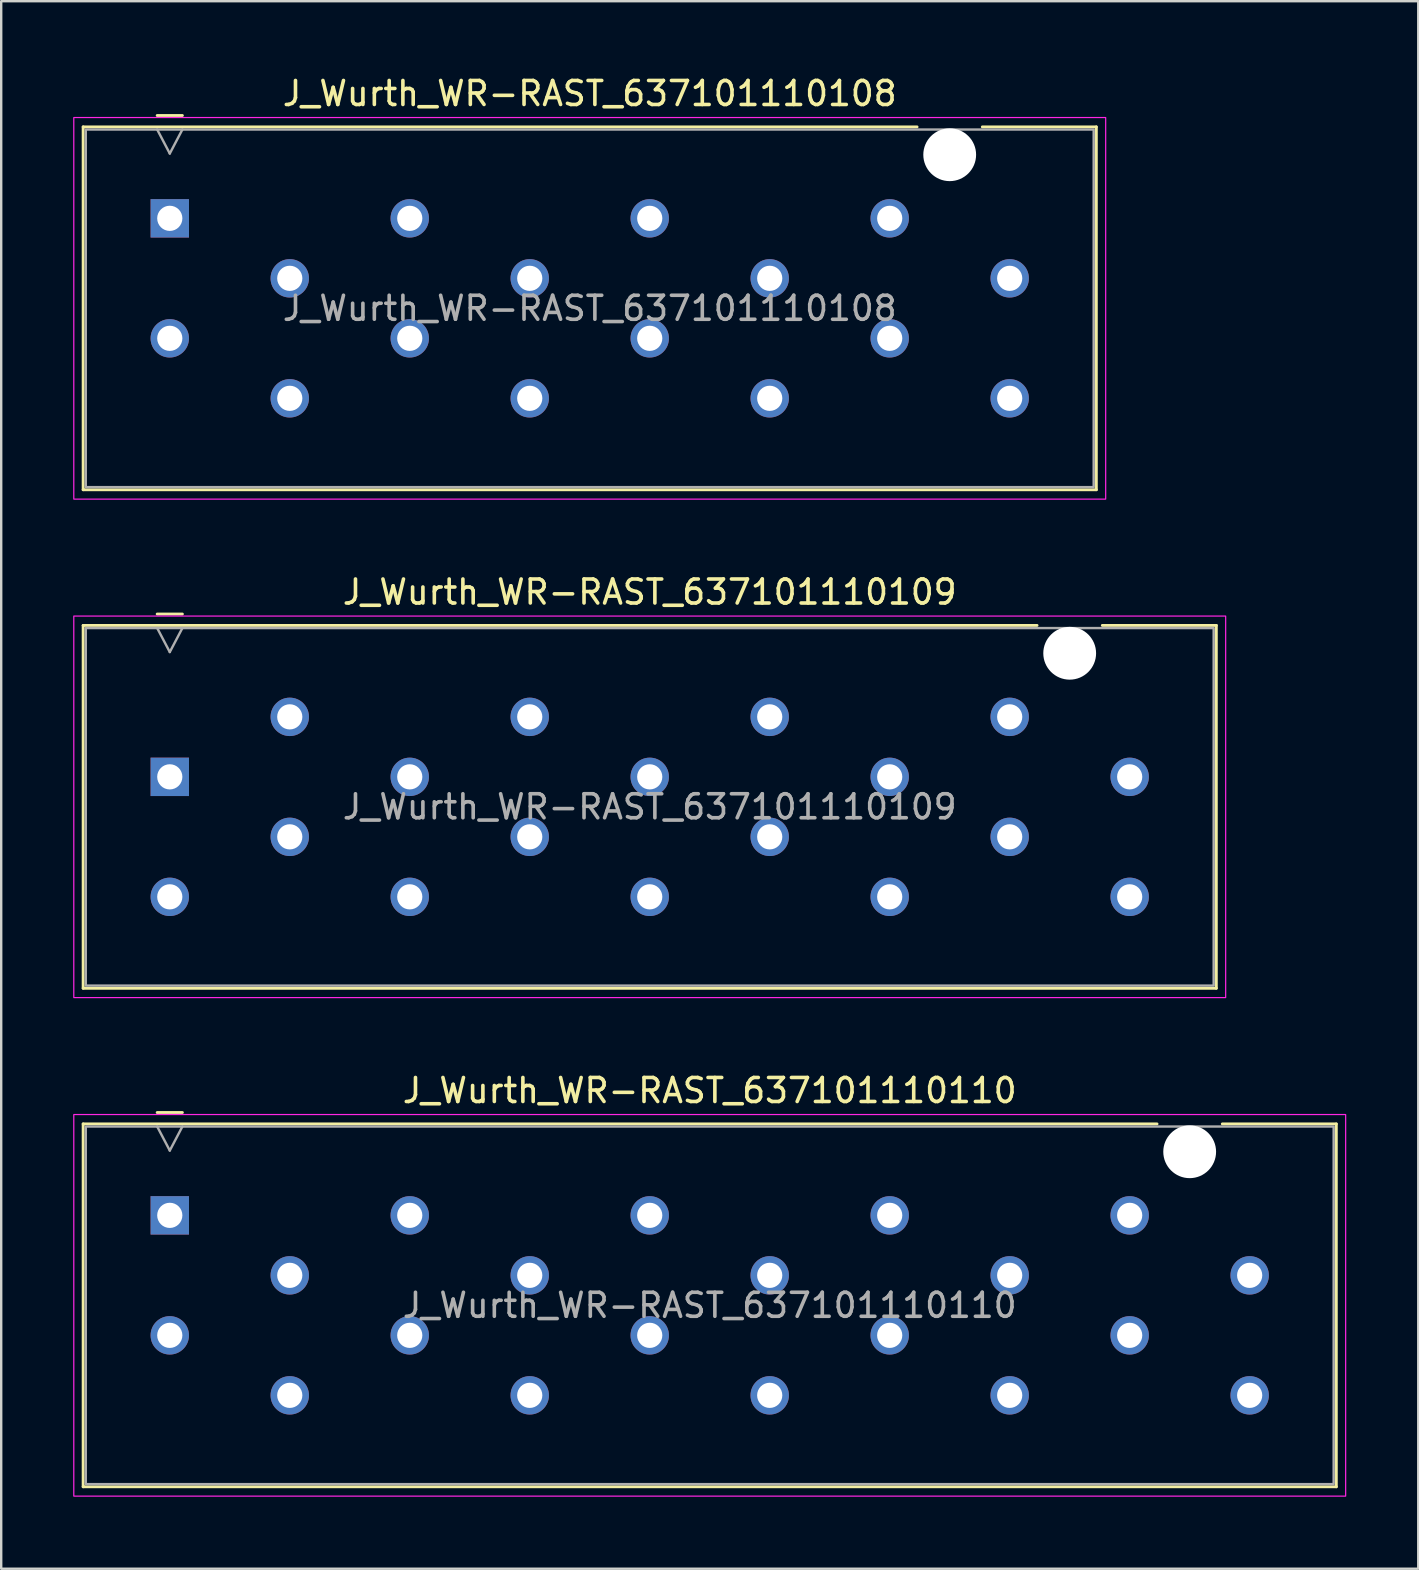
<source format=kicad_pcb>
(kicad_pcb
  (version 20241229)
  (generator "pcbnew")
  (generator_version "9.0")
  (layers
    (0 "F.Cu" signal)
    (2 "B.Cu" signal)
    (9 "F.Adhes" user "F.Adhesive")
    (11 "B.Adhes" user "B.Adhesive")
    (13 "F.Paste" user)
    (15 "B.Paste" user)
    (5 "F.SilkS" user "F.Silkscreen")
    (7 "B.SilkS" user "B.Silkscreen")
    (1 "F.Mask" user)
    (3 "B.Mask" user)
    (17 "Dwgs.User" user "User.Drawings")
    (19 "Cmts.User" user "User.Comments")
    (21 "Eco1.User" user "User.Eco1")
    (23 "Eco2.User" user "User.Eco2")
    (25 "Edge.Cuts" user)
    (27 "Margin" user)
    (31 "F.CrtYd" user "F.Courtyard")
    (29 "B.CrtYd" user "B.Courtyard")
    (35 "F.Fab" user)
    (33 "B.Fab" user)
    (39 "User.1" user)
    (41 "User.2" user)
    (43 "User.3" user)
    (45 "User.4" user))
  (footprint "J_Wurth_WR-RAST_637101110108"
    (layer "F.Cu")
    (at 4.025 6.048)
    (property "Reference" "J_Wurth_WR-RAST_637101110108" (at 17.5 -5.2 0) (unlocked yes) (layer "F.SilkS") (effects (font (size 1 1) (thickness 0.15))))
    (attr smd)
    (fp_line (start -3.61 -3.81) (end -3.61 11.31) (stroke (width 0.12) (type default)) (layer "F.SilkS"))
    (fp_line (start -3.61 -3.81) (end 31.14 -3.81) (stroke (width 0.12) (type default)) (layer "F.SilkS"))
    (fp_line (start -3.61 11.31) (end 38.61 11.31) (stroke (width 0.12) (type default)) (layer "F.SilkS"))
    (fp_line (start -0.525 -4.285) (end 0.525 -4.285) (stroke (width 0.12) (type default)) (layer "F.SilkS"))
    (fp_line (start 38.61 -3.81) (end 33.86 -3.81) (stroke (width 0.12) (type default)) (layer "F.SilkS"))
    (fp_line (start 38.61 -3.81) (end 38.61 11.31) (stroke (width 0.12) (type default)) (layer "F.SilkS"))
    (fp_rect (start -4 -4.2) (end 39 11.7) (stroke (width 0.05) (type default)) (fill no) (layer "F.CrtYd"))
    (fp_line (start -0.525 -3.7) (end 0 -2.7) (stroke (width 0.1) (type default)) (layer "F.Fab"))
    (fp_line (start 0.525 -3.7) (end 0 -2.7) (stroke (width 0.1) (type default)) (layer "F.Fab"))
    (fp_rect (start -3.5 -3.7) (end 38.5 11.2) (stroke (width 0.1) (type default)) (fill no) (layer "F.Fab"))
    (fp_text user "${REFERENCE}" (at 17.5 3.75 0) (unlocked yes) (layer "F.Fab") (effects (font (size 1 1) (thickness 0.15))))
    (pad "" np_thru_hole circle (at 32.5 -2.65) (size 2.2 2.2) (drill 2.2) (layers "*.Cu" "*.Mask"))
    (pad "1" thru_hole rect (at 0 0) (size 1.6 1.6) (drill 1.05) (layers "*.Cu" "*.Mask"))
    (pad "2" thru_hole circle (at 5 2.5) (size 1.6 1.6) (drill 1.05) (layers "*.Cu" "*.Mask"))
    (pad "3" thru_hole circle (at 10 0) (size 1.6 1.6) (drill 1.05) (layers "*.Cu" "*.Mask"))
    (pad "4" thru_hole circle (at 15 2.5) (size 1.6 1.6) (drill 1.05) (layers "*.Cu" "*.Mask"))
    (pad "5" thru_hole circle (at 20 0) (size 1.6 1.6) (drill 1.05) (layers "*.Cu" "*.Mask"))
    (pad "6" thru_hole circle (at 25 2.5) (size 1.6 1.6) (drill 1.05) (layers "*.Cu" "*.Mask"))
    (pad "7" thru_hole circle (at 30 0) (size 1.6 1.6) (drill 1.05) (layers "*.Cu" "*.Mask"))
    (pad "8" thru_hole circle (at 35 2.5) (size 1.6 1.6) (drill 1.05) (layers "*.Cu" "*.Mask"))
    (pad "A1" thru_hole circle (at 0 5) (size 1.6 1.6) (drill 1.05) (layers "*.Cu" "*.Mask"))
    (pad "A2" thru_hole circle (at 5 7.5) (size 1.6 1.6) (drill 1.05) (layers "*.Cu" "*.Mask"))
    (pad "A3" thru_hole circle (at 10 5) (size 1.6 1.6) (drill 1.05) (layers "*.Cu" "*.Mask"))
    (pad "A4" thru_hole circle (at 15 7.5) (size 1.6 1.6) (drill 1.05) (layers "*.Cu" "*.Mask"))
    (pad "A5" thru_hole circle (at 20 5) (size 1.6 1.6) (drill 1.05) (layers "*.Cu" "*.Mask"))
    (pad "A6" thru_hole circle (at 25 7.5) (size 1.6 1.6) (drill 1.05) (layers "*.Cu" "*.Mask"))
    (pad "A7" thru_hole circle (at 30 5) (size 1.6 1.6) (drill 1.05) (layers "*.Cu" "*.Mask"))
    (pad "A8" thru_hole circle (at 35 7.5) (size 1.6 1.6) (drill 1.05) (layers "*.Cu" "*.Mask")))
  (footprint "J_Wurth_WR-RAST_637101110110"
    (layer "F.Cu")
    (at 4.025 47.595)
    (property "Reference" "J_Wurth_WR-RAST_637101110110" (at 22.5 -5.2 0) (unlocked yes) (layer "F.SilkS") (effects (font (size 1 1) (thickness 0.15))))
    (attr smd)
    (fp_line (start -3.61 -3.81) (end -3.61 11.31) (stroke (width 0.12) (type default)) (layer "F.SilkS"))
    (fp_line (start -3.61 -3.81) (end 41.14 -3.81) (stroke (width 0.12) (type default)) (layer "F.SilkS"))
    (fp_line (start -3.61 11.31) (end 48.61 11.31) (stroke (width 0.12) (type default)) (layer "F.SilkS"))
    (fp_line (start -0.525 -4.285) (end 0.525 -4.285) (stroke (width 0.12) (type default)) (layer "F.SilkS"))
    (fp_line (start 48.61 -3.81) (end 43.86 -3.81) (stroke (width 0.12) (type default)) (layer "F.SilkS"))
    (fp_line (start 48.61 -3.81) (end 48.61 11.31) (stroke (width 0.12) (type default)) (layer "F.SilkS"))
    (fp_rect (start -4 -4.2) (end 49 11.7) (stroke (width 0.05) (type default)) (fill no) (layer "F.CrtYd"))
    (fp_line (start -0.525 -3.7) (end 0 -2.7) (stroke (width 0.1) (type default)) (layer "F.Fab"))
    (fp_line (start 0.525 -3.7) (end 0 -2.7) (stroke (width 0.1) (type default)) (layer "F.Fab"))
    (fp_rect (start -3.5 -3.7) (end 48.5 11.2) (stroke (width 0.1) (type default)) (fill no) (layer "F.Fab"))
    (fp_text user "${REFERENCE}" (at 22.5 3.75 0) (unlocked yes) (layer "F.Fab") (effects (font (size 1 1) (thickness 0.15))))
    (pad "" np_thru_hole circle (at 42.5 -2.65) (size 2.2 2.2) (drill 2.2) (layers "*.Cu" "*.Mask"))
    (pad "1" thru_hole rect (at 0 0) (size 1.6 1.6) (drill 1.05) (layers "*.Cu" "*.Mask"))
    (pad "2" thru_hole circle (at 5 2.5) (size 1.6 1.6) (drill 1.05) (layers "*.Cu" "*.Mask"))
    (pad "3" thru_hole circle (at 10 0) (size 1.6 1.6) (drill 1.05) (layers "*.Cu" "*.Mask"))
    (pad "4" thru_hole circle (at 15 2.5) (size 1.6 1.6) (drill 1.05) (layers "*.Cu" "*.Mask"))
    (pad "5" thru_hole circle (at 20 0) (size 1.6 1.6) (drill 1.05) (layers "*.Cu" "*.Mask"))
    (pad "6" thru_hole circle (at 25 2.5) (size 1.6 1.6) (drill 1.05) (layers "*.Cu" "*.Mask"))
    (pad "7" thru_hole circle (at 30 0) (size 1.6 1.6) (drill 1.05) (layers "*.Cu" "*.Mask"))
    (pad "8" thru_hole circle (at 35 2.5) (size 1.6 1.6) (drill 1.05) (layers "*.Cu" "*.Mask"))
    (pad "9" thru_hole circle (at 40 0) (size 1.6 1.6) (drill 1.05) (layers "*.Cu" "*.Mask"))
    (pad "10" thru_hole circle (at 45 2.5) (size 1.6 1.6) (drill 1.05) (layers "*.Cu" "*.Mask"))
    (pad "A1" thru_hole circle (at 0 5) (size 1.6 1.6) (drill 1.05) (layers "*.Cu" "*.Mask"))
    (pad "A2" thru_hole circle (at 5 7.5) (size 1.6 1.6) (drill 1.05) (layers "*.Cu" "*.Mask"))
    (pad "A3" thru_hole circle (at 10 5) (size 1.6 1.6) (drill 1.05) (layers "*.Cu" "*.Mask"))
    (pad "A4" thru_hole circle (at 15 7.5) (size 1.6 1.6) (drill 1.05) (layers "*.Cu" "*.Mask"))
    (pad "A5" thru_hole circle (at 20 5) (size 1.6 1.6) (drill 1.05) (layers "*.Cu" "*.Mask"))
    (pad "A6" thru_hole circle (at 25 7.5) (size 1.6 1.6) (drill 1.05) (layers "*.Cu" "*.Mask"))
    (pad "A7" thru_hole circle (at 30 5) (size 1.6 1.6) (drill 1.05) (layers "*.Cu" "*.Mask"))
    (pad "A8" thru_hole circle (at 35 7.5) (size 1.6 1.6) (drill 1.05) (layers "*.Cu" "*.Mask"))
    (pad "A9" thru_hole circle (at 40 5) (size 1.6 1.6) (drill 1.05) (layers "*.Cu" "*.Mask"))
    (pad "A10" thru_hole circle (at 45 7.5) (size 1.6 1.6) (drill 1.05) (layers "*.Cu" "*.Mask")))
  (footprint "J_Wurth_WR-RAST_637101110109"
    (layer "F.Cu")
    (at 4.025 29.322)
    (property "Reference" "J_Wurth_WR-RAST_637101110109" (at 20 -7.7 0) (unlocked yes) (layer "F.SilkS") (effects (font (size 1 1) (thickness 0.15))))
    (attr smd)
    (fp_line (start -3.61 -6.31) (end -3.61 8.81) (stroke (width 0.12) (type default)) (layer "F.SilkS"))
    (fp_line (start -3.61 -6.31) (end 36.14 -6.31) (stroke (width 0.12) (type default)) (layer "F.SilkS"))
    (fp_line (start -3.61 8.81) (end 43.61 8.81) (stroke (width 0.12) (type default)) (layer "F.SilkS"))
    (fp_line (start -0.525 -6.785) (end 0.525 -6.785) (stroke (width 0.12) (type default)) (layer "F.SilkS"))
    (fp_line (start 43.61 -6.31) (end 38.86 -6.31) (stroke (width 0.12) (type default)) (layer "F.SilkS"))
    (fp_line (start 43.61 -6.31) (end 43.61 8.81) (stroke (width 0.12) (type default)) (layer "F.SilkS"))
    (fp_rect (start -4 -6.7) (end 44 9.2) (stroke (width 0.05) (type default)) (fill no) (layer "F.CrtYd"))
    (fp_line (start -0.525 -6.2) (end 0 -5.2) (stroke (width 0.1) (type default)) (layer "F.Fab"))
    (fp_line (start 0.525 -6.2) (end 0 -5.2) (stroke (width 0.1) (type default)) (layer "F.Fab"))
    (fp_rect (start -3.5 -6.2) (end 43.5 8.7) (stroke (width 0.1) (type default)) (fill no) (layer "F.Fab"))
    (fp_text user "${REFERENCE}" (at 20 1.25 0) (unlocked yes) (layer "F.Fab") (effects (font (size 1 1) (thickness 0.15))))
    (pad "" np_thru_hole circle (at 37.5 -5.15) (size 2.2 2.2) (drill 2.2) (layers "*.Cu" "*.Mask"))
    (pad "1" thru_hole rect (at 0 0) (size 1.6 1.6) (drill 1.05) (layers "*.Cu" "*.Mask"))
    (pad "2" thru_hole circle (at 5 -2.5) (size 1.6 1.6) (drill 1.05) (layers "*.Cu" "*.Mask"))
    (pad "3" thru_hole circle (at 10 0) (size 1.6 1.6) (drill 1.05) (layers "*.Cu" "*.Mask"))
    (pad "4" thru_hole circle (at 15 -2.5) (size 1.6 1.6) (drill 1.05) (layers "*.Cu" "*.Mask"))
    (pad "5" thru_hole circle (at 20 0) (size 1.6 1.6) (drill 1.05) (layers "*.Cu" "*.Mask"))
    (pad "6" thru_hole circle (at 25 -2.5) (size 1.6 1.6) (drill 1.05) (layers "*.Cu" "*.Mask"))
    (pad "7" thru_hole circle (at 30 0) (size 1.6 1.6) (drill 1.05) (layers "*.Cu" "*.Mask"))
    (pad "8" thru_hole circle (at 35 -2.5) (size 1.6 1.6) (drill 1.05) (layers "*.Cu" "*.Mask"))
    (pad "9" thru_hole circle (at 40 0) (size 1.6 1.6) (drill 1.05) (layers "*.Cu" "*.Mask"))
    (pad "A1" thru_hole circle (at 0 5) (size 1.6 1.6) (drill 1.05) (layers "*.Cu" "*.Mask"))
    (pad "A2" thru_hole circle (at 5 2.5) (size 1.6 1.6) (drill 1.05) (layers "*.Cu" "*.Mask"))
    (pad "A3" thru_hole circle (at 10 5) (size 1.6 1.6) (drill 1.05) (layers "*.Cu" "*.Mask"))
    (pad "A4" thru_hole circle (at 15 2.5) (size 1.6 1.6) (drill 1.05) (layers "*.Cu" "*.Mask"))
    (pad "A5" thru_hole circle (at 20 5) (size 1.6 1.6) (drill 1.05) (layers "*.Cu" "*.Mask"))
    (pad "A6" thru_hole circle (at 25 2.5) (size 1.6 1.6) (drill 1.05) (layers "*.Cu" "*.Mask"))
    (pad "A7" thru_hole circle (at 30 5) (size 1.6 1.6) (drill 1.05) (layers "*.Cu" "*.Mask"))
    (pad "A8" thru_hole circle (at 35 2.5) (size 1.6 1.6) (drill 1.05) (layers "*.Cu" "*.Mask"))
    (pad "A9" thru_hole circle (at 40 5) (size 1.6 1.6) (drill 1.05) (layers "*.Cu" "*.Mask")))
  (gr_rect
    (start -3 -3)
    (end 56.05 62.32)
    (stroke (width 0.1) (type default))
    (fill no)
    (layer "Edge.Cuts")))
</source>
